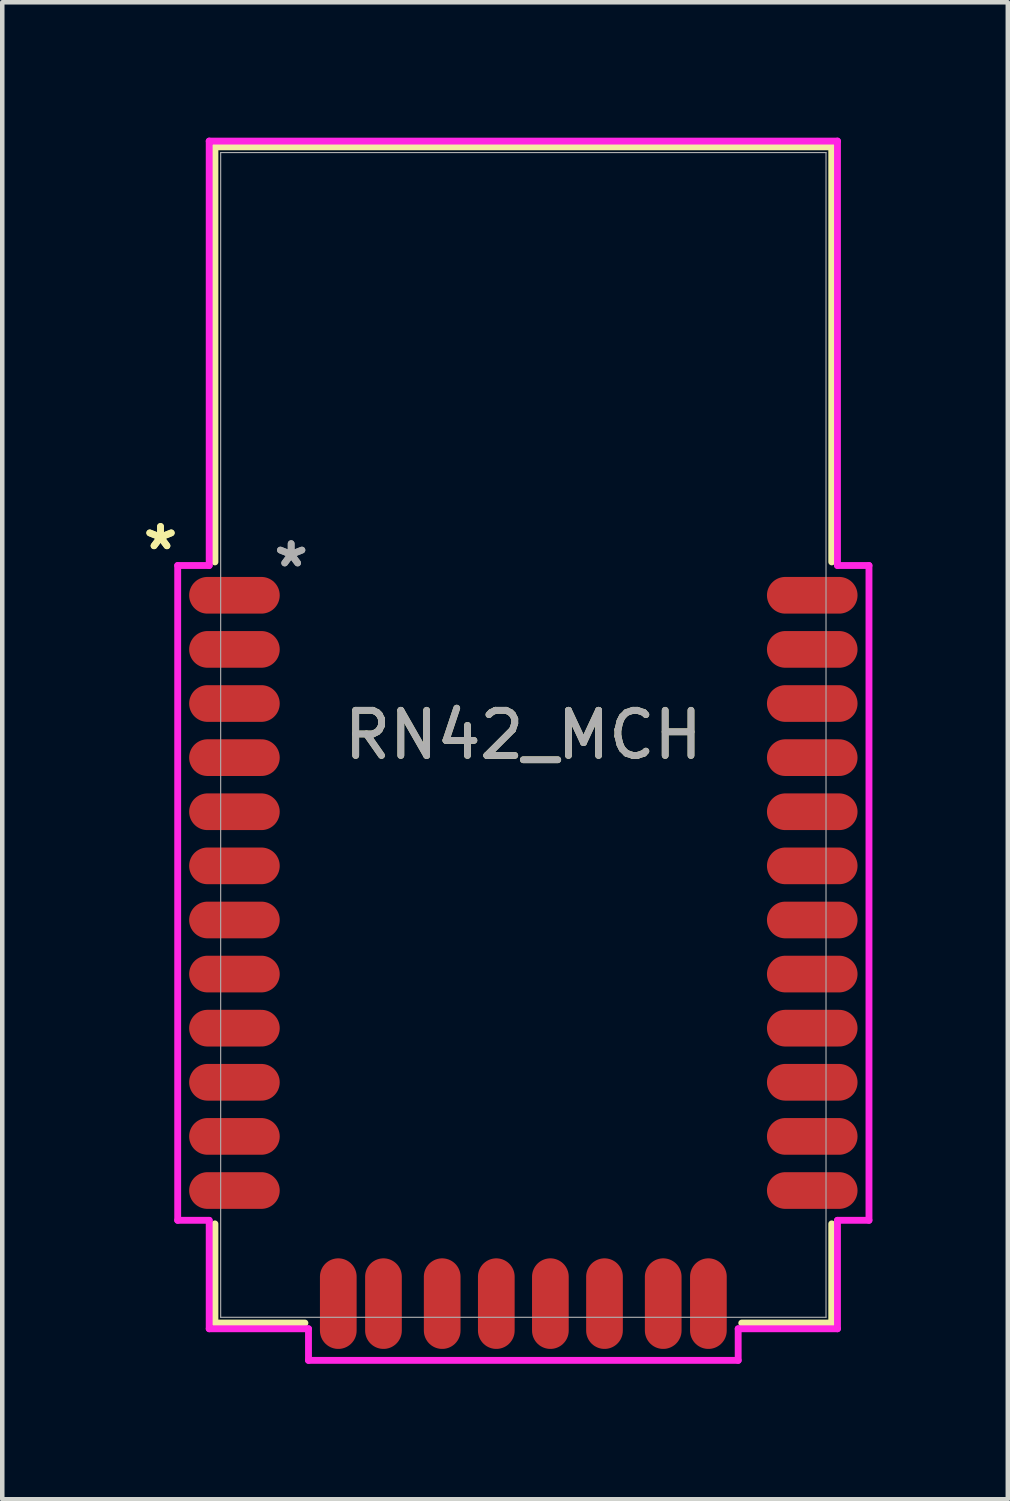
<source format=kicad_pcb>
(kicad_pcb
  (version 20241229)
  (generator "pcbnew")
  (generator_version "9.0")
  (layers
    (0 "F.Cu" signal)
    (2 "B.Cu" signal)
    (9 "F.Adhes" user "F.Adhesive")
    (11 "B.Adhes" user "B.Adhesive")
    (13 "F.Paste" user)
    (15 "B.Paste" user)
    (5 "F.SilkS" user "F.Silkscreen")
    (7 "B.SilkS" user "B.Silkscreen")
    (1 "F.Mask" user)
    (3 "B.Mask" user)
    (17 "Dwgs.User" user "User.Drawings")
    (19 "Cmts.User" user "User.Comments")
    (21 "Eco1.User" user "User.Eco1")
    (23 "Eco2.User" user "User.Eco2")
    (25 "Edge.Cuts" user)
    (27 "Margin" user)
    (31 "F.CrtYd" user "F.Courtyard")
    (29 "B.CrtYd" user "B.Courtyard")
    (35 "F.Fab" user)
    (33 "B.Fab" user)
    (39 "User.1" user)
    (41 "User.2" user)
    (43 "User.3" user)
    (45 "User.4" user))
  (footprint "RN42_MCH"
    (layer "F.Cu")
    (at 8.545 13.233)
    (property "Reference" "RN42_MCH" (at 0 0 0) (unlocked yes) (layer "F.SilkS") (effects (font (size 1 1) (thickness 0.15))))
    (attr smd)
    (fp_line (start -6.833 -13.03) (end 6.833 -13.03) (stroke (width 0.152) (type solid)) (layer "F.SilkS"))
    (fp_line (start -6.833 -3.833) (end -6.833 -13.03) (stroke (width 0.152) (type solid)) (layer "F.SilkS"))
    (fp_line (start -6.833 13.03) (end -6.833 10.833) (stroke (width 0.152) (type solid)) (layer "F.SilkS"))
    (fp_line (start -4.839 13.03) (end -6.833 13.03) (stroke (width 0.152) (type solid)) (layer "F.SilkS"))
    (fp_line (start 6.833 -13.03) (end 6.833 -3.833) (stroke (width 0.152) (type solid)) (layer "F.SilkS"))
    (fp_line (start 6.833 10.833) (end 6.833 13.03) (stroke (width 0.152) (type solid)) (layer "F.SilkS"))
    (fp_line (start 6.833 13.03) (end 4.839 13.03) (stroke (width 0.152) (type solid)) (layer "F.SilkS"))
    (fp_poly (pts (xy -6.706 -12.903) (xy -6.706 -7.595) (xy 6.706 -7.595) (xy 6.706 -12.903)) (stroke (width 0.1) (type solid)) (fill no) (layer "Eco2.User"))
    (fp_poly (pts (xy -4.699 -7.295) (xy -6.502 -7.295) (xy -6.502 -6.304) (xy -4.699 -6.304)) (stroke (width 0.1) (type solid)) (fill no) (layer "Eco2.User"))
    (fp_poly (pts (xy -4.699 11.704) (xy -6.502 11.704) (xy -6.502 12.695) (xy -4.699 12.695)) (stroke (width 0.1) (type solid)) (fill no) (layer "Eco2.User"))
    (fp_poly (pts (xy 6.502 -7.295) (xy 4.699 -7.295) (xy 4.699 -6.304) (xy 6.502 -6.304)) (stroke (width 0.1) (type solid)) (fill no) (layer "Eco2.User"))
    (fp_poly (pts (xy 6.502 11.704) (xy 4.699 11.704) (xy 4.699 12.695) (xy 6.502 12.695)) (stroke (width 0.1) (type solid)) (fill no) (layer "Eco2.User"))
    (fp_line (start -7.658 -3.754) (end -7.658 10.754) (stroke (width 0.152) (type solid)) (layer "F.CrtYd"))
    (fp_line (start -7.658 10.754) (end -6.96 10.754) (stroke (width 0.152) (type solid)) (layer "F.CrtYd"))
    (fp_line (start -6.96 -13.157) (end -6.96 -3.754) (stroke (width 0.152) (type solid)) (layer "F.CrtYd"))
    (fp_line (start -6.96 -3.754) (end -7.658 -3.754) (stroke (width 0.152) (type solid)) (layer "F.CrtYd"))
    (fp_line (start -6.96 10.754) (end -6.96 13.157) (stroke (width 0.152) (type solid)) (layer "F.CrtYd"))
    (fp_line (start -6.96 13.157) (end -4.76 13.157) (stroke (width 0.152) (type solid)) (layer "F.CrtYd"))
    (fp_line (start -4.76 13.157) (end -4.76 13.857) (stroke (width 0.152) (type solid)) (layer "F.CrtYd"))
    (fp_line (start -4.76 13.857) (end 4.76 13.857) (stroke (width 0.152) (type solid)) (layer "F.CrtYd"))
    (fp_line (start 4.76 13.157) (end 6.96 13.157) (stroke (width 0.152) (type solid)) (layer "F.CrtYd"))
    (fp_line (start 4.76 13.857) (end 4.76 13.157) (stroke (width 0.152) (type solid)) (layer "F.CrtYd"))
    (fp_line (start 6.96 -13.157) (end -6.96 -13.157) (stroke (width 0.152) (type solid)) (layer "F.CrtYd"))
    (fp_line (start 6.96 -3.754) (end 6.96 -13.157) (stroke (width 0.152) (type solid)) (layer "F.CrtYd"))
    (fp_line (start 6.96 10.754) (end 7.658 10.754) (stroke (width 0.152) (type solid)) (layer "F.CrtYd"))
    (fp_line (start 6.96 13.157) (end 6.96 10.754) (stroke (width 0.152) (type solid)) (layer "F.CrtYd"))
    (fp_line (start 7.658 -3.754) (end 6.96 -3.754) (stroke (width 0.152) (type solid)) (layer "F.CrtYd"))
    (fp_line (start 7.658 10.754) (end 7.658 -3.754) (stroke (width 0.152) (type solid)) (layer "F.CrtYd"))
    (fp_line (start -6.706 -12.903) (end -6.706 12.903) (stroke (width 0.025) (type solid)) (layer "F.Fab"))
    (fp_line (start -6.706 12.903) (end 6.706 12.903) (stroke (width 0.025) (type solid)) (layer "F.Fab"))
    (fp_line (start 6.706 -12.903) (end -6.706 -12.903) (stroke (width 0.025) (type solid)) (layer "F.Fab"))
    (fp_line (start 6.706 12.903) (end 6.706 -12.903) (stroke (width 0.025) (type solid)) (layer "F.Fab"))
    (fp_text user "*" (at -8.039 -4.074 0) (layer "F.SilkS") (effects (font (size 1 1) (thickness 0.15))))
    (fp_text user "*" (at -8.039 -4.074 0) (unlocked yes) (layer "F.SilkS") (effects (font (size 1 1) (thickness 0.15))))
    (fp_text user "*" (at -5.144 -3.693 0) (layer "F.Fab") (effects (font (size 1 1) (thickness 0.15))))
    (fp_text user "${REFERENCE}" (at 0 0 0) (unlocked yes) (layer "F.Fab") (effects (font (size 1 1) (thickness 0.15))))
    (fp_text user "*" (at -5.144 -3.693 0) (unlocked yes) (layer "F.Fab") (effects (font (size 1 1) (thickness 0.15))))
    (pad "1" smd oval (at -6.401 -3.094 90) (size 0.813 2.007) (layers "F.Cu" "F.Mask" "F.Paste"))
    (pad "2" smd oval (at -6.401 -1.895 90) (size 0.813 2.007) (layers "F.Cu" "F.Mask" "F.Paste"))
    (pad "3" smd oval (at -6.401 -0.696 90) (size 0.813 2.007) (layers "F.Cu" "F.Mask" "F.Paste"))
    (pad "4" smd oval (at -6.401 0.503 90) (size 0.813 2.007) (layers "F.Cu" "F.Mask" "F.Paste"))
    (pad "5" smd oval (at -6.401 1.702 90) (size 0.813 2.007) (layers "F.Cu" "F.Mask" "F.Paste"))
    (pad "6" smd oval (at -6.401 2.901 90) (size 0.813 2.007) (layers "F.Cu" "F.Mask" "F.Paste"))
    (pad "7" smd oval (at -6.401 4.1 90) (size 0.813 2.007) (layers "F.Cu" "F.Mask" "F.Paste"))
    (pad "8" smd oval (at -6.401 5.298 90) (size 0.813 2.007) (layers "F.Cu" "F.Mask" "F.Paste"))
    (pad "9" smd oval (at -6.401 6.497 90) (size 0.813 2.007) (layers "F.Cu" "F.Mask" "F.Paste"))
    (pad "10" smd oval (at -6.401 7.696 90) (size 0.813 2.007) (layers "F.Cu" "F.Mask" "F.Paste"))
    (pad "11" smd oval (at -6.401 8.895 90) (size 0.813 2.007) (layers "F.Cu" "F.Mask" "F.Paste"))
    (pad "12" smd oval (at -6.401 10.094 90) (size 0.813 2.007) (layers "F.Cu" "F.Mask" "F.Paste"))
    (pad "13" smd oval (at 6.401 10.094 90) (size 0.813 2.007) (layers "F.Cu" "F.Mask" "F.Paste"))
    (pad "14" smd oval (at 6.401 8.895 90) (size 0.813 2.007) (layers "F.Cu" "F.Mask" "F.Paste"))
    (pad "15" smd oval (at 6.401 7.696 90) (size 0.813 2.007) (layers "F.Cu" "F.Mask" "F.Paste"))
    (pad "16" smd oval (at 6.401 6.497 90) (size 0.813 2.007) (layers "F.Cu" "F.Mask" "F.Paste"))
    (pad "17" smd oval (at 6.401 5.298 90) (size 0.813 2.007) (layers "F.Cu" "F.Mask" "F.Paste"))
    (pad "18" smd oval (at 6.401 4.1 90) (size 0.813 2.007) (layers "F.Cu" "F.Mask" "F.Paste"))
    (pad "19" smd oval (at 6.401 2.901 90) (size 0.813 2.007) (layers "F.Cu" "F.Mask" "F.Paste"))
    (pad "20" smd oval (at 6.401 1.702 90) (size 0.813 2.007) (layers "F.Cu" "F.Mask" "F.Paste"))
    (pad "21" smd oval (at 6.401 0.503 90) (size 0.813 2.007) (layers "F.Cu" "F.Mask" "F.Paste"))
    (pad "22" smd oval (at 6.401 -0.696 90) (size 0.813 2.007) (layers "F.Cu" "F.Mask" "F.Paste"))
    (pad "23" smd oval (at 6.401 -1.895 90) (size 0.813 2.007) (layers "F.Cu" "F.Mask" "F.Paste"))
    (pad "24" smd oval (at 6.401 -3.094 90) (size 0.813 2.007) (layers "F.Cu" "F.Mask" "F.Paste"))
    (pad "28" smd oval (at 3.099 12.6) (size 0.813 2.007) (layers "F.Cu" "F.Mask" "F.Paste"))
    (pad "29" smd oval (at -3.099 12.6) (size 0.813 2.007) (layers "F.Cu" "F.Mask" "F.Paste"))
    (pad "30" smd oval (at 4.1 12.6) (size 0.813 2.007) (layers "F.Cu" "F.Mask" "F.Paste"))
    (pad "31" smd oval (at 1.798 12.6) (size 0.813 2.007) (layers "F.Cu" "F.Mask" "F.Paste"))
    (pad "32" smd oval (at 0.599 12.6) (size 0.813 2.007) (layers "F.Cu" "F.Mask" "F.Paste"))
    (pad "33" smd oval (at -0.599 12.6) (size 0.813 2.007) (layers "F.Cu" "F.Mask" "F.Paste"))
    (pad "34" smd oval (at -1.798 12.6) (size 0.813 2.007) (layers "F.Cu" "F.Mask" "F.Paste"))
    (pad "35" smd oval (at -4.1 12.6) (size 0.813 2.007) (layers "F.Cu" "F.Mask" "F.Paste")))
  (gr_rect
    (start -3 -3)
    (end 19.279 30.167)
    (stroke (width 0.1) (type default))
    (fill no)
    (layer "Edge.Cuts")))
</source>
